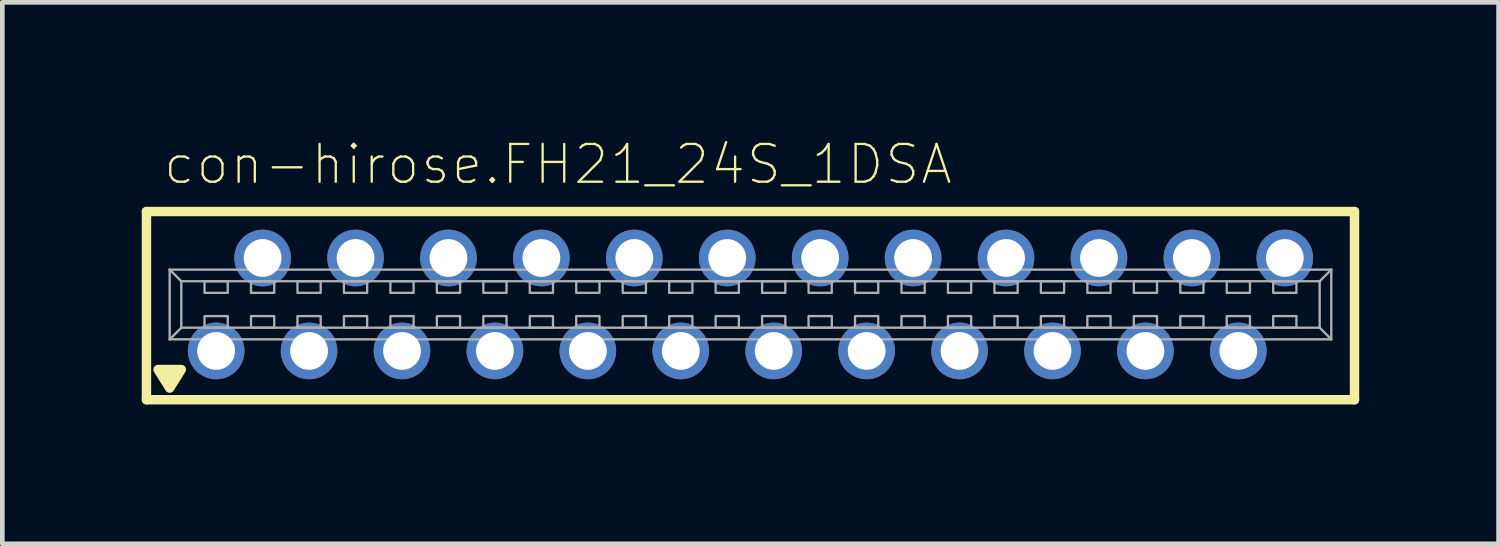
<source format=kicad_pcb>
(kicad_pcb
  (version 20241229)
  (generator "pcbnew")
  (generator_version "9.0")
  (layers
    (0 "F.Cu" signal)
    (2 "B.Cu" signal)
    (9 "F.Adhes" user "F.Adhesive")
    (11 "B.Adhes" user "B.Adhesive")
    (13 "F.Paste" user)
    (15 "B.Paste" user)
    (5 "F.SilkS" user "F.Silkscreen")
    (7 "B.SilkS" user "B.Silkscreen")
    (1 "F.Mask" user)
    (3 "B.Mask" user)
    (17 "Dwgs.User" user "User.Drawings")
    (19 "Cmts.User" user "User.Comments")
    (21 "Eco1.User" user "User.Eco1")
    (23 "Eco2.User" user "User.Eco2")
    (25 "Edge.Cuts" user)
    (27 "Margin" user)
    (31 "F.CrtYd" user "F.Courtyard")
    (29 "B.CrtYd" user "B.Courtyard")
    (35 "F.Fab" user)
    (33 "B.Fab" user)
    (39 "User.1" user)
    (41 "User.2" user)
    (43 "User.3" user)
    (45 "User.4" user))
  (footprint "con-hirose.FH21_24S_1DSA"
    (layer "F.Cu")
    (at 13.102 3.503)
    (property "Reference" "con-hirose.FH21_24S_1DSA" (at -12.675 -2.54 0) (layer "F.SilkS") (effects (font (size 0.813 0.813) (thickness 0.05)) (justify left bottom)))
    (attr through_hole)
    (fp_line (start -13 -2) (end -13 2.05) (stroke (width 0.203) (type default)) (layer "F.SilkS"))
    (fp_line (start -13 2.05) (end 13 2.05) (stroke (width 0.203) (type default)) (layer "F.SilkS"))
    (fp_line (start 13 -2) (end -13 -2) (stroke (width 0.203) (type default)) (layer "F.SilkS"))
    (fp_line (start 13 -2) (end 13 2.05) (stroke (width 0.203) (type default)) (layer "F.SilkS"))
    (fp_poly (pts (xy -12.5 1.8) (xy -12.75 1.4) (xy -12.25 1.4)) (stroke (width 0.203) (type default)) (fill yes) (layer "F.SilkS"))
    (fp_line (start -12.5 -0.75) (end 12.5 -0.75) (stroke (width 0.051) (type default)) (layer "F.Fab"))
    (fp_line (start -12.5 0.75) (end -12.5 -0.75) (stroke (width 0.051) (type default)) (layer "F.Fab"))
    (fp_line (start -12.25 -0.5) (end -12.5 -0.75) (stroke (width 0.051) (type default)) (layer "F.Fab"))
    (fp_line (start -12.25 -0.5) (end 12.25 -0.5) (stroke (width 0.051) (type default)) (layer "F.Fab"))
    (fp_line (start -12.25 0.5) (end -12.5 0.75) (stroke (width 0.051) (type default)) (layer "F.Fab"))
    (fp_line (start -12.25 0.5) (end -12.25 -0.5) (stroke (width 0.051) (type default)) (layer "F.Fab"))
    (fp_line (start 12.25 -0.5) (end 12.25 0.5) (stroke (width 0.051) (type default)) (layer "F.Fab"))
    (fp_line (start 12.25 -0.5) (end 12.5 -0.75) (stroke (width 0.051) (type default)) (layer "F.Fab"))
    (fp_line (start 12.25 0.5) (end -12.25 0.5) (stroke (width 0.051) (type default)) (layer "F.Fab"))
    (fp_line (start 12.25 0.5) (end 12.5 0.75) (stroke (width 0.051) (type default)) (layer "F.Fab"))
    (fp_line (start 12.5 -0.75) (end 12.5 0.75) (stroke (width 0.051) (type default)) (layer "F.Fab"))
    (fp_line (start 12.5 0.75) (end -12.5 0.75) (stroke (width 0.051) (type default)) (layer "F.Fab"))
    (fp_rect (start -11.75 -0.25) (end -11.25 -0.5) (stroke (width 0.05) (type default)) (fill no) (layer "F.Fab"))
    (fp_rect (start -11.75 0.5) (end -11.25 0.25) (stroke (width 0.05) (type default)) (fill no) (layer "F.Fab"))
    (fp_rect (start -10.75 -0.25) (end -10.25 -0.5) (stroke (width 0.05) (type default)) (fill no) (layer "F.Fab"))
    (fp_rect (start -10.75 0.5) (end -10.25 0.25) (stroke (width 0.05) (type default)) (fill no) (layer "F.Fab"))
    (fp_rect (start -9.75 -0.25) (end -9.25 -0.5) (stroke (width 0.05) (type default)) (fill no) (layer "F.Fab"))
    (fp_rect (start -9.75 0.5) (end -9.25 0.25) (stroke (width 0.05) (type default)) (fill no) (layer "F.Fab"))
    (fp_rect (start -8.75 -0.25) (end -8.25 -0.5) (stroke (width 0.05) (type default)) (fill no) (layer "F.Fab"))
    (fp_rect (start -8.75 0.5) (end -8.25 0.25) (stroke (width 0.05) (type default)) (fill no) (layer "F.Fab"))
    (fp_rect (start -7.75 -0.25) (end -7.25 -0.5) (stroke (width 0.05) (type default)) (fill no) (layer "F.Fab"))
    (fp_rect (start -7.75 0.5) (end -7.25 0.25) (stroke (width 0.05) (type default)) (fill no) (layer "F.Fab"))
    (fp_rect (start -6.75 -0.25) (end -6.25 -0.5) (stroke (width 0.05) (type default)) (fill no) (layer "F.Fab"))
    (fp_rect (start -6.75 0.5) (end -6.25 0.25) (stroke (width 0.05) (type default)) (fill no) (layer "F.Fab"))
    (fp_rect (start -5.75 -0.25) (end -5.25 -0.5) (stroke (width 0.05) (type default)) (fill no) (layer "F.Fab"))
    (fp_rect (start -5.75 0.5) (end -5.25 0.25) (stroke (width 0.05) (type default)) (fill no) (layer "F.Fab"))
    (fp_rect (start -4.75 -0.25) (end -4.25 -0.5) (stroke (width 0.05) (type default)) (fill no) (layer "F.Fab"))
    (fp_rect (start -4.75 0.5) (end -4.25 0.25) (stroke (width 0.05) (type default)) (fill no) (layer "F.Fab"))
    (fp_rect (start -3.75 -0.25) (end -3.25 -0.5) (stroke (width 0.05) (type default)) (fill no) (layer "F.Fab"))
    (fp_rect (start -3.75 0.5) (end -3.25 0.25) (stroke (width 0.05) (type default)) (fill no) (layer "F.Fab"))
    (fp_rect (start -2.75 -0.25) (end -2.25 -0.5) (stroke (width 0.05) (type default)) (fill no) (layer "F.Fab"))
    (fp_rect (start -2.75 0.5) (end -2.25 0.25) (stroke (width 0.05) (type default)) (fill no) (layer "F.Fab"))
    (fp_rect (start -1.75 -0.25) (end -1.25 -0.5) (stroke (width 0.05) (type default)) (fill no) (layer "F.Fab"))
    (fp_rect (start -1.75 0.5) (end -1.25 0.25) (stroke (width 0.05) (type default)) (fill no) (layer "F.Fab"))
    (fp_rect (start -0.75 -0.25) (end -0.25 -0.5) (stroke (width 0.05) (type default)) (fill no) (layer "F.Fab"))
    (fp_rect (start -0.75 0.5) (end -0.25 0.25) (stroke (width 0.05) (type default)) (fill no) (layer "F.Fab"))
    (fp_rect (start 0.25 -0.25) (end 0.75 -0.5) (stroke (width 0.05) (type default)) (fill no) (layer "F.Fab"))
    (fp_rect (start 0.25 0.5) (end 0.75 0.25) (stroke (width 0.05) (type default)) (fill no) (layer "F.Fab"))
    (fp_rect (start 1.25 -0.25) (end 1.75 -0.5) (stroke (width 0.05) (type default)) (fill no) (layer "F.Fab"))
    (fp_rect (start 1.25 0.5) (end 1.75 0.25) (stroke (width 0.05) (type default)) (fill no) (layer "F.Fab"))
    (fp_rect (start 2.25 -0.25) (end 2.75 -0.5) (stroke (width 0.05) (type default)) (fill no) (layer "F.Fab"))
    (fp_rect (start 2.25 0.5) (end 2.75 0.25) (stroke (width 0.05) (type default)) (fill no) (layer "F.Fab"))
    (fp_rect (start 3.25 -0.25) (end 3.75 -0.5) (stroke (width 0.05) (type default)) (fill no) (layer "F.Fab"))
    (fp_rect (start 3.25 0.5) (end 3.75 0.25) (stroke (width 0.05) (type default)) (fill no) (layer "F.Fab"))
    (fp_rect (start 4.25 -0.25) (end 4.75 -0.5) (stroke (width 0.05) (type default)) (fill no) (layer "F.Fab"))
    (fp_rect (start 4.25 0.5) (end 4.75 0.25) (stroke (width 0.05) (type default)) (fill no) (layer "F.Fab"))
    (fp_rect (start 5.25 -0.25) (end 5.75 -0.5) (stroke (width 0.05) (type default)) (fill no) (layer "F.Fab"))
    (fp_rect (start 5.25 0.5) (end 5.75 0.25) (stroke (width 0.05) (type default)) (fill no) (layer "F.Fab"))
    (fp_rect (start 6.25 -0.25) (end 6.75 -0.5) (stroke (width 0.05) (type default)) (fill no) (layer "F.Fab"))
    (fp_rect (start 6.25 0.5) (end 6.75 0.25) (stroke (width 0.05) (type default)) (fill no) (layer "F.Fab"))
    (fp_rect (start 7.25 -0.25) (end 7.75 -0.5) (stroke (width 0.05) (type default)) (fill no) (layer "F.Fab"))
    (fp_rect (start 7.25 0.5) (end 7.75 0.25) (stroke (width 0.05) (type default)) (fill no) (layer "F.Fab"))
    (fp_rect (start 8.25 -0.25) (end 8.75 -0.5) (stroke (width 0.05) (type default)) (fill no) (layer "F.Fab"))
    (fp_rect (start 8.25 0.5) (end 8.75 0.25) (stroke (width 0.05) (type default)) (fill no) (layer "F.Fab"))
    (fp_rect (start 9.25 -0.25) (end 9.75 -0.5) (stroke (width 0.05) (type default)) (fill no) (layer "F.Fab"))
    (fp_rect (start 9.25 0.5) (end 9.75 0.25) (stroke (width 0.05) (type default)) (fill no) (layer "F.Fab"))
    (fp_rect (start 10.25 -0.25) (end 10.75 -0.5) (stroke (width 0.05) (type default)) (fill no) (layer "F.Fab"))
    (fp_rect (start 10.25 0.5) (end 10.75 0.25) (stroke (width 0.05) (type default)) (fill no) (layer "F.Fab"))
    (fp_rect (start 11.25 -0.25) (end 11.75 -0.5) (stroke (width 0.05) (type default)) (fill no) (layer "F.Fab"))
    (fp_rect (start 11.25 0.5) (end 11.75 0.25) (stroke (width 0.05) (type default)) (fill no) (layer "F.Fab"))
    (pad "1" thru_hole circle (at -11.5 1) (size 1.219 1.219) (drill 0.813) (layers "*.Cu" "*.Mask"))
    (pad "2" thru_hole circle (at -10.5 -1) (size 1.219 1.219) (drill 0.813) (layers "*.Cu" "*.Mask"))
    (pad "3" thru_hole circle (at -9.5 1) (size 1.219 1.219) (drill 0.813) (layers "*.Cu" "*.Mask"))
    (pad "4" thru_hole circle (at -8.5 -1) (size 1.219 1.219) (drill 0.813) (layers "*.Cu" "*.Mask"))
    (pad "5" thru_hole circle (at -7.5 1) (size 1.219 1.219) (drill 0.813) (layers "*.Cu" "*.Mask"))
    (pad "6" thru_hole circle (at -6.5 -1) (size 1.219 1.219) (drill 0.813) (layers "*.Cu" "*.Mask"))
    (pad "7" thru_hole circle (at -5.5 1) (size 1.219 1.219) (drill 0.813) (layers "*.Cu" "*.Mask"))
    (pad "8" thru_hole circle (at -4.5 -1) (size 1.219 1.219) (drill 0.813) (layers "*.Cu" "*.Mask"))
    (pad "9" thru_hole circle (at -3.5 1) (size 1.219 1.219) (drill 0.813) (layers "*.Cu" "*.Mask"))
    (pad "10" thru_hole circle (at -2.5 -1) (size 1.219 1.219) (drill 0.813) (layers "*.Cu" "*.Mask"))
    (pad "11" thru_hole circle (at -1.5 1) (size 1.219 1.219) (drill 0.813) (layers "*.Cu" "*.Mask"))
    (pad "12" thru_hole circle (at -0.5 -1) (size 1.219 1.219) (drill 0.813) (layers "*.Cu" "*.Mask"))
    (pad "13" thru_hole circle (at 0.5 1) (size 1.219 1.219) (drill 0.813) (layers "*.Cu" "*.Mask"))
    (pad "14" thru_hole circle (at 1.5 -1) (size 1.219 1.219) (drill 0.813) (layers "*.Cu" "*.Mask"))
    (pad "15" thru_hole circle (at 2.5 1) (size 1.219 1.219) (drill 0.813) (layers "*.Cu" "*.Mask"))
    (pad "16" thru_hole circle (at 3.5 -1) (size 1.219 1.219) (drill 0.813) (layers "*.Cu" "*.Mask"))
    (pad "17" thru_hole circle (at 4.5 1) (size 1.219 1.219) (drill 0.813) (layers "*.Cu" "*.Mask"))
    (pad "18" thru_hole circle (at 5.5 -1) (size 1.219 1.219) (drill 0.813) (layers "*.Cu" "*.Mask"))
    (pad "19" thru_hole circle (at 6.5 1) (size 1.219 1.219) (drill 0.813) (layers "*.Cu" "*.Mask"))
    (pad "20" thru_hole circle (at 7.5 -1) (size 1.219 1.219) (drill 0.813) (layers "*.Cu" "*.Mask"))
    (pad "21" thru_hole circle (at 8.5 1) (size 1.219 1.219) (drill 0.813) (layers "*.Cu" "*.Mask"))
    (pad "22" thru_hole circle (at 9.5 -1) (size 1.219 1.219) (drill 0.813) (layers "*.Cu" "*.Mask"))
    (pad "23" thru_hole circle (at 10.5 1) (size 1.219 1.219) (drill 0.813) (layers "*.Cu" "*.Mask"))
    (pad "24" thru_hole circle (at 11.5 -1) (size 1.219 1.219) (drill 0.813) (layers "*.Cu" "*.Mask")))
  (gr_rect
    (start -3 -3)
    (end 29.203 8.654)
    (stroke (width 0.1) (type default))
    (fill no)
    (layer "Edge.Cuts")))
</source>
